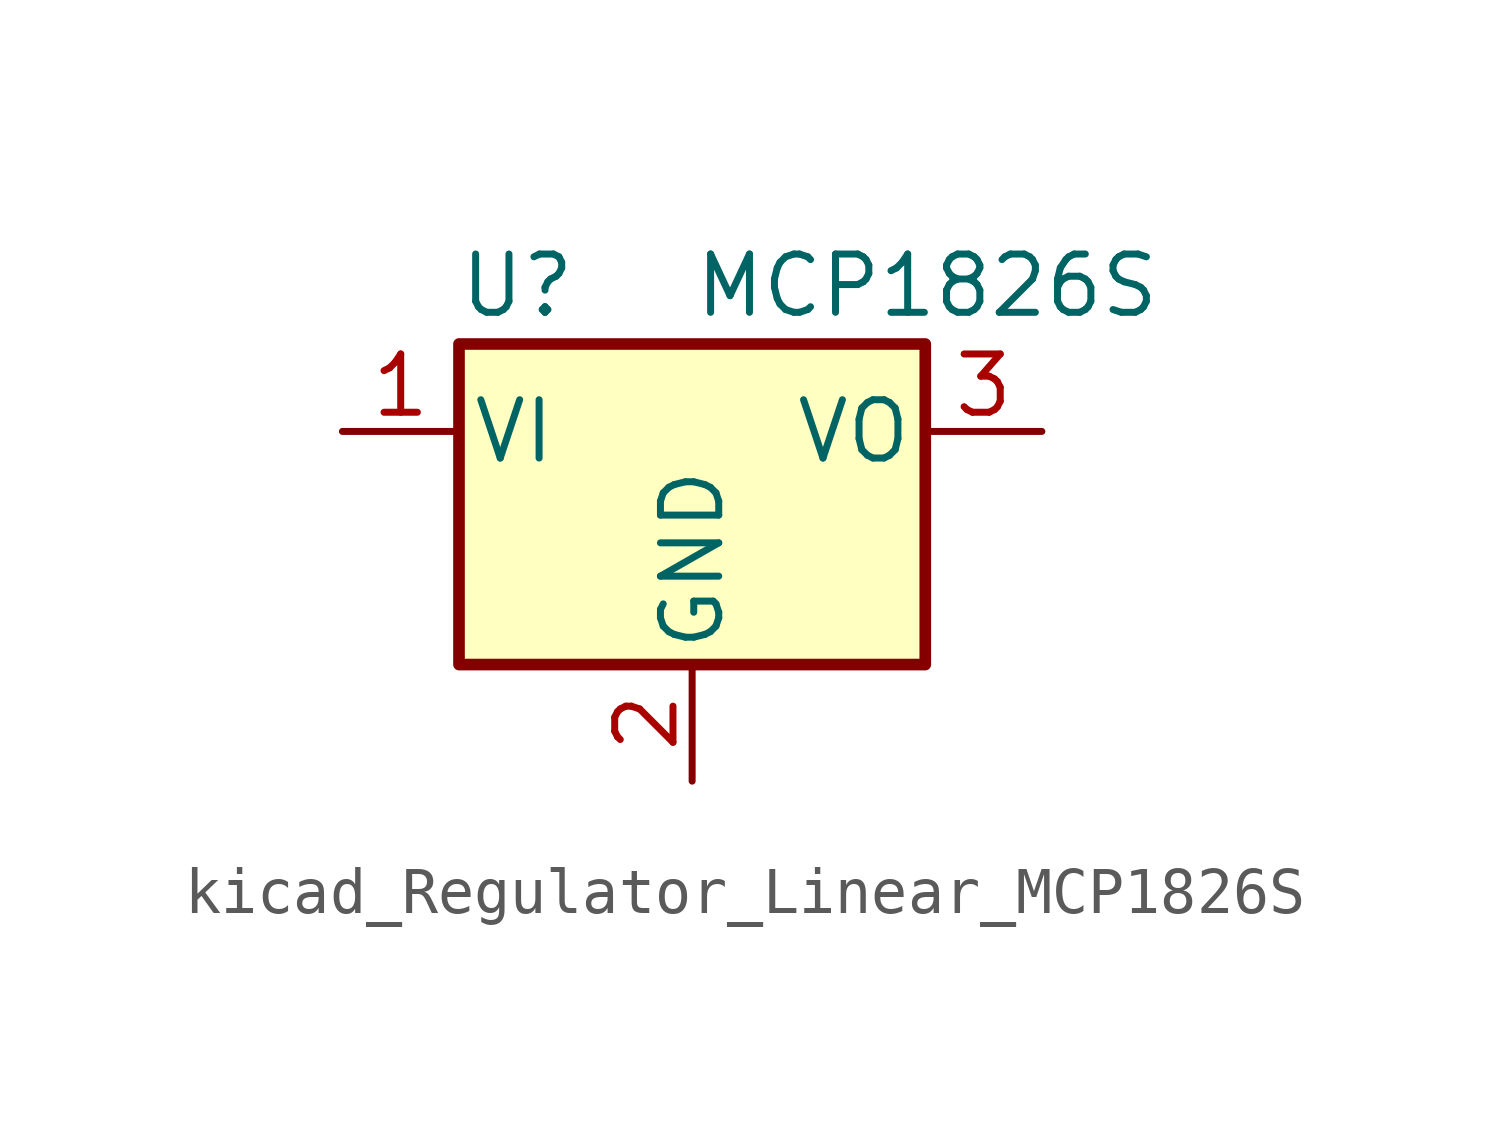
<source format=kicad_sym>
(kicad_symbol_lib
  (version 20220914)
  (generator kicad_symbol_editor)
  (symbol "kicad_Regulator_Linear_MCP1826S"
    (pin_names
      (offset 0.254))
    (property "Reference" "U"
      (at -3.81 3.175 0)
      (effects (font (size 1.27 1.27))))
    (property "Value" "MCP1826S"
      (at 0 3.175 0)
      (effects (font (size 1.27 1.27)) (justify left)))
    (symbol "kicad_Regulator_Linear_MCP1826S_0_1"
      (rectangle (start -5.08 1.905) (end 5.08 -5.08) (stroke (width 0.254) (type default)) (fill (type background))))
    (symbol "kicad_Regulator_Linear_MCP1826S_1_1"
      (pin power_in line (at -7.62 0 0) (length 2.54) (name "VI" (effects (font (size 1.27 1.27)))) (number "1" (effects (font (size 1.27 1.27)))))
      (pin power_in line (at 0 -7.62 90) (length 2.54) (name "GND" (effects (font (size 1.27 1.27)))) (number "2" (effects (font (size 1.27 1.27)))))
      (pin power_out line (at 7.62 0 180) (length 2.54) (name "VO" (effects (font (size 1.27 1.27)))) (number "3" (effects (font (size 1.27 1.27))))))))
</source>
